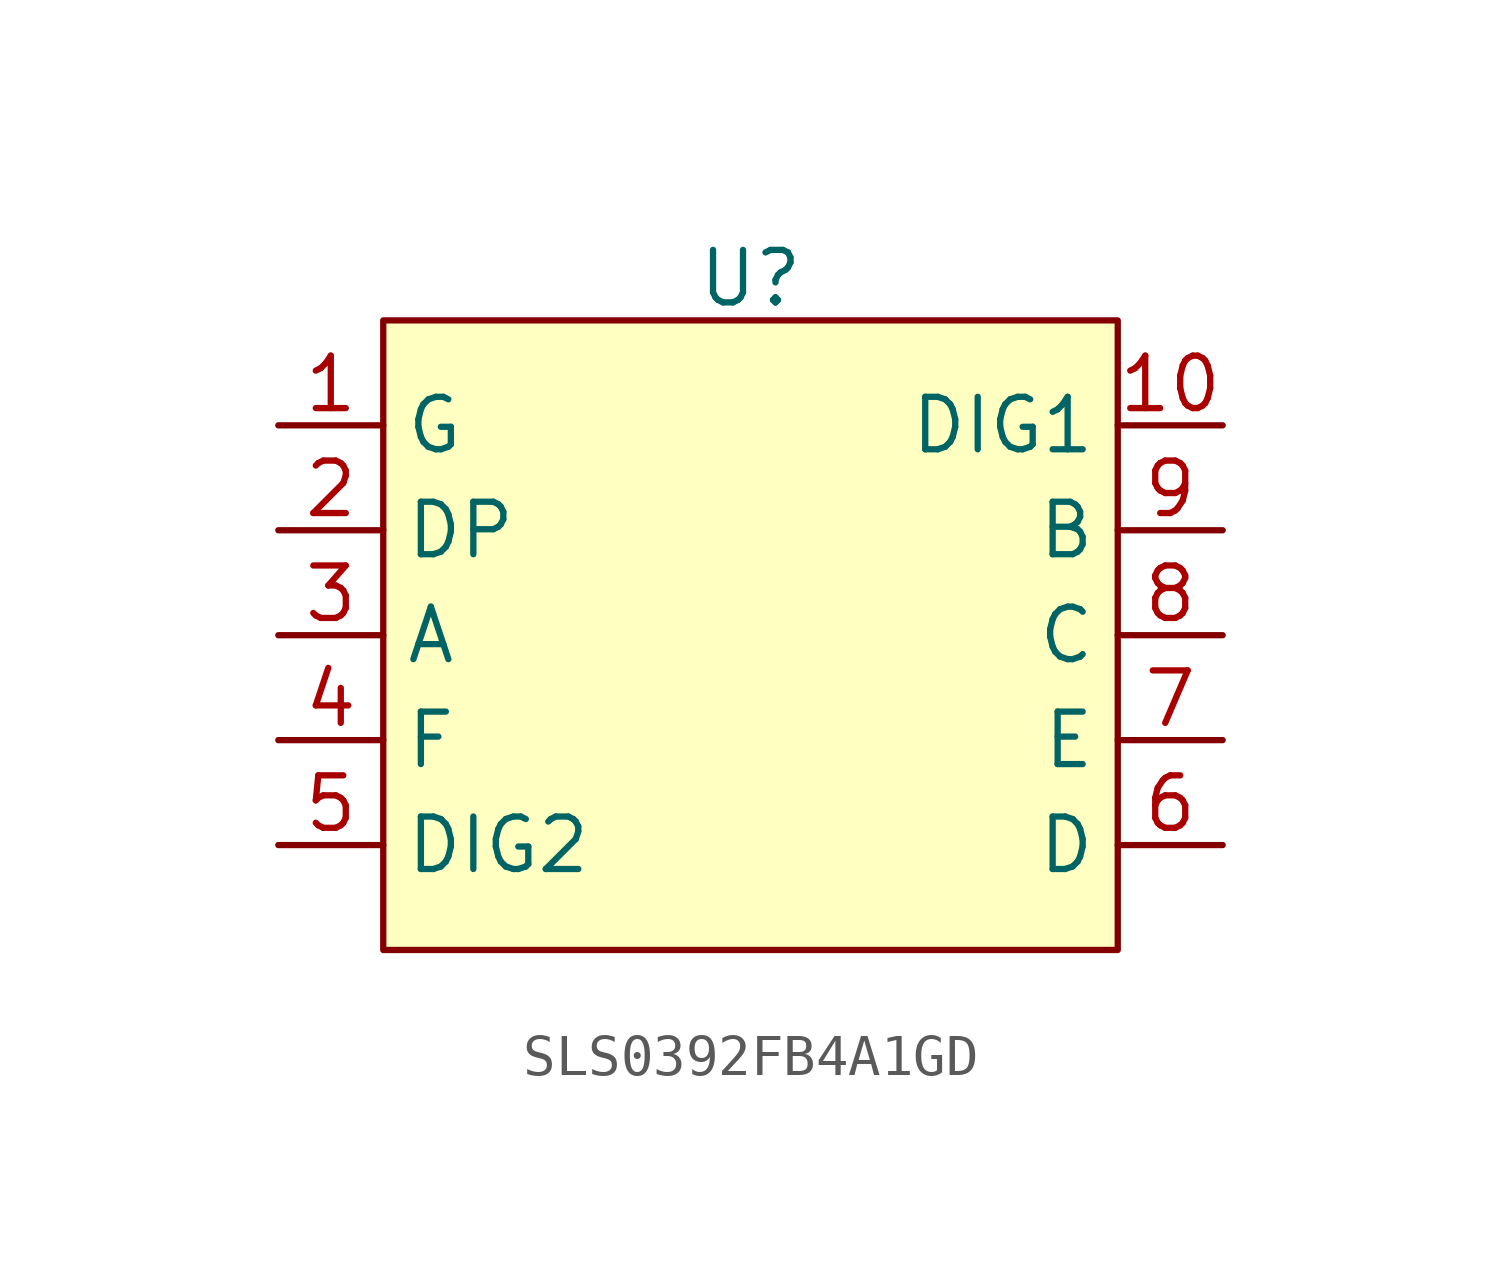
<source format=kicad_sym>
(kicad_symbol_lib
  (version 20231120)
  (generator "kicad_symbol_editor")
  (generator_version "8.0")
  (symbol "SLS0392FB4A1GD"
    (property "Reference" "U"
      (at 0 4.826 0)
      (effects (font (size 1.27 1.27))))
    (property "Value" ""
      (at 0 0 0)
      (effects (font (size 1.27 1.27))))
    (symbol "SLS0392FB4A1GD_1_1"
      (rectangle (start -8.89 3.81) (end 8.89 -11.43) (stroke (width 0) (type default)) (fill (type background)))
      (pin input line (at -11.43 1.27 0) (length 2.54) (name "G" (effects (font (size 1.27 1.27)))) (number "1" (effects (font (size 1.27 1.27)))))
      (pin input line (at 11.43 1.27 180) (length 2.54) (name "DIG1" (effects (font (size 1.27 1.27)))) (number "10" (effects (font (size 1.27 1.27)))))
      (pin input line (at -11.43 -1.27 0) (length 2.54) (name "DP" (effects (font (size 1.27 1.27)))) (number "2" (effects (font (size 1.27 1.27)))))
      (pin input line (at -11.43 -3.81 0) (length 2.54) (name "A" (effects (font (size 1.27 1.27)))) (number "3" (effects (font (size 1.27 1.27)))))
      (pin input line (at -11.43 -6.35 0) (length 2.54) (name "F" (effects (font (size 1.27 1.27)))) (number "4" (effects (font (size 1.27 1.27)))))
      (pin input line (at -11.43 -8.89 0) (length 2.54) (name "DIG2" (effects (font (size 1.27 1.27)))) (number "5" (effects (font (size 1.27 1.27)))))
      (pin input line (at 11.43 -8.89 180) (length 2.54) (name "D" (effects (font (size 1.27 1.27)))) (number "6" (effects (font (size 1.27 1.27)))))
      (pin input line (at 11.43 -6.35 180) (length 2.54) (name "E" (effects (font (size 1.27 1.27)))) (number "7" (effects (font (size 1.27 1.27)))))
      (pin input line (at 11.43 -3.81 180) (length 2.54) (name "C" (effects (font (size 1.27 1.27)))) (number "8" (effects (font (size 1.27 1.27)))))
      (pin input line (at 11.43 -1.27 180) (length 2.54) (name "B" (effects (font (size 1.27 1.27)))) (number "9" (effects (font (size 1.27 1.27))))))))
</source>
